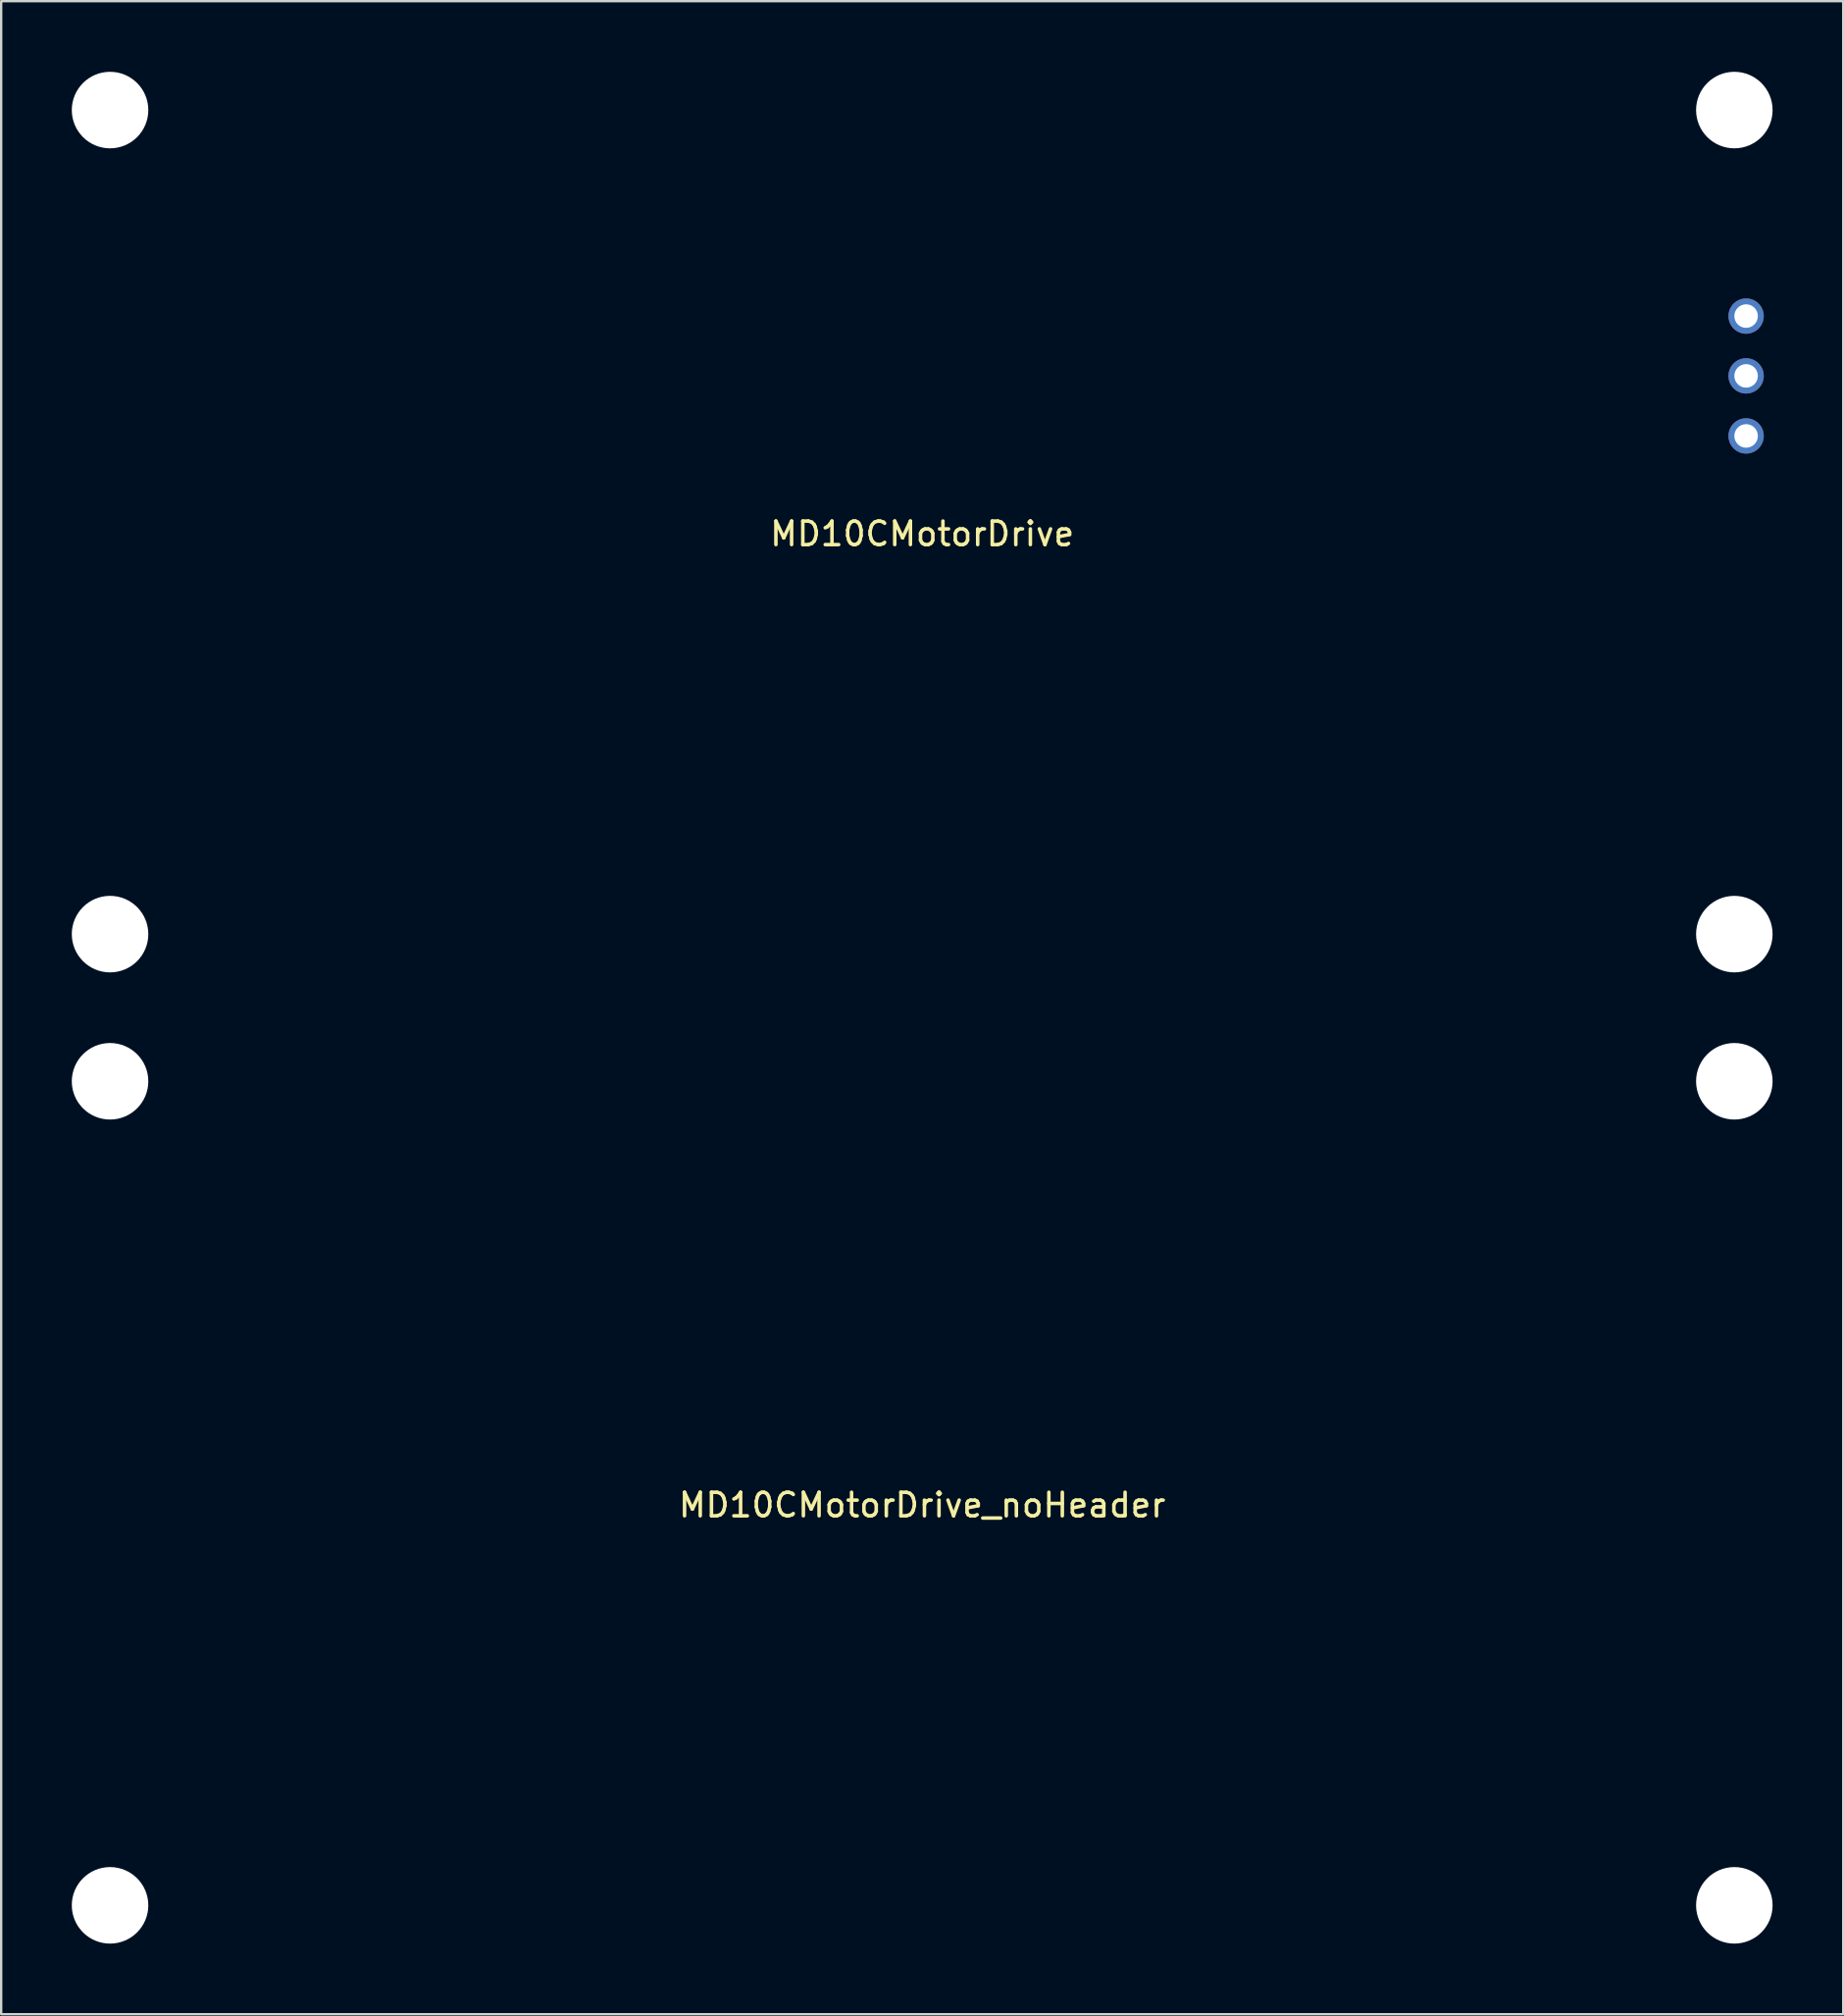
<source format=kicad_pcb>
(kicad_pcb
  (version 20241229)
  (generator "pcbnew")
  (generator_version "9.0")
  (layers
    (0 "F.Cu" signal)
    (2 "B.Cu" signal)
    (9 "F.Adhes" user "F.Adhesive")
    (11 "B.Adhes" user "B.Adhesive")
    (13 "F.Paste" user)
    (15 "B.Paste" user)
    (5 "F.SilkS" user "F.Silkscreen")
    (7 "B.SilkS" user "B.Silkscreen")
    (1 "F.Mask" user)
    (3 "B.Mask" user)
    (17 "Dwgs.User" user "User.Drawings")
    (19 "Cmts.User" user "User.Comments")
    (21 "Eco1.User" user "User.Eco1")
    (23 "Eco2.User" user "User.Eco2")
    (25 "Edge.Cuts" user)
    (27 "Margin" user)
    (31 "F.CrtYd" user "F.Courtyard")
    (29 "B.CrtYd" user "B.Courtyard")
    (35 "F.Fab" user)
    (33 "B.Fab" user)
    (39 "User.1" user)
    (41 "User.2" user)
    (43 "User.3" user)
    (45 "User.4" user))
  (footprint "MD10CMotorDrive"
    (layer "F.Cu")
    (at 36.125 19.125)
    (property "Reference" "MD10CMotorDrive" (at 0 0.5 0) (layer "F.SilkS") (effects (font (size 1 1) (thickness 0.15))))
    (attr through_hole)
    (pad "" np_thru_hole circle (at -34.5 -17.5) (size 3.25 3.25) (drill 3.25) (layers "*.Cu" "*.Mask"))
    (pad "" np_thru_hole circle (at -34.5 17.5) (size 3.25 3.25) (drill 3.25) (layers "*.Cu" "*.Mask"))
    (pad "" np_thru_hole circle (at 34.5 -17.5) (size 3.25 3.25) (drill 3.25) (layers "*.Cu" "*.Mask"))
    (pad "" np_thru_hole circle (at 34.5 17.5) (size 3.25 3.25) (drill 3.25) (layers "*.Cu" "*.Mask"))
    (pad "1" thru_hole circle (at 35 -3.66) (size 1.5 1.5) (drill 1) (layers "*.Cu" "*.Mask"))
    (pad "2" thru_hole circle (at 35 -6.21) (size 1.5 1.5) (drill 1) (layers "*.Cu" "*.Mask"))
    (pad "3" thru_hole circle (at 35 -8.75) (size 1.5 1.5) (drill 1) (layers "*.Cu" "*.Mask")))
  (footprint "MD10CMotorDrive_noHeader"
    (layer "F.Cu")
    (at 36.125 60.375)
    (property "Reference" "MD10CMotorDrive_noHeader" (at 0 0.5 0) (layer "F.SilkS") (effects (font (size 1 1) (thickness 0.15))))
    (attr through_hole)
    (pad "" np_thru_hole circle (at -34.5 -17.5) (size 3.25 3.25) (drill 3.25) (layers "*.Cu" "*.Mask"))
    (pad "" np_thru_hole circle (at -34.5 17.5) (size 3.25 3.25) (drill 3.25) (layers "*.Cu" "*.Mask"))
    (pad "" np_thru_hole circle (at 34.5 -17.5) (size 3.25 3.25) (drill 3.25) (layers "*.Cu" "*.Mask"))
    (pad "" np_thru_hole circle (at 34.5 17.5) (size 3.25 3.25) (drill 3.25) (layers "*.Cu" "*.Mask")))
  (gr_rect
    (start -3 -3)
    (end 75.25 82.5)
    (stroke (width 0.1) (type default))
    (fill no)
    (layer "Edge.Cuts")))
</source>
